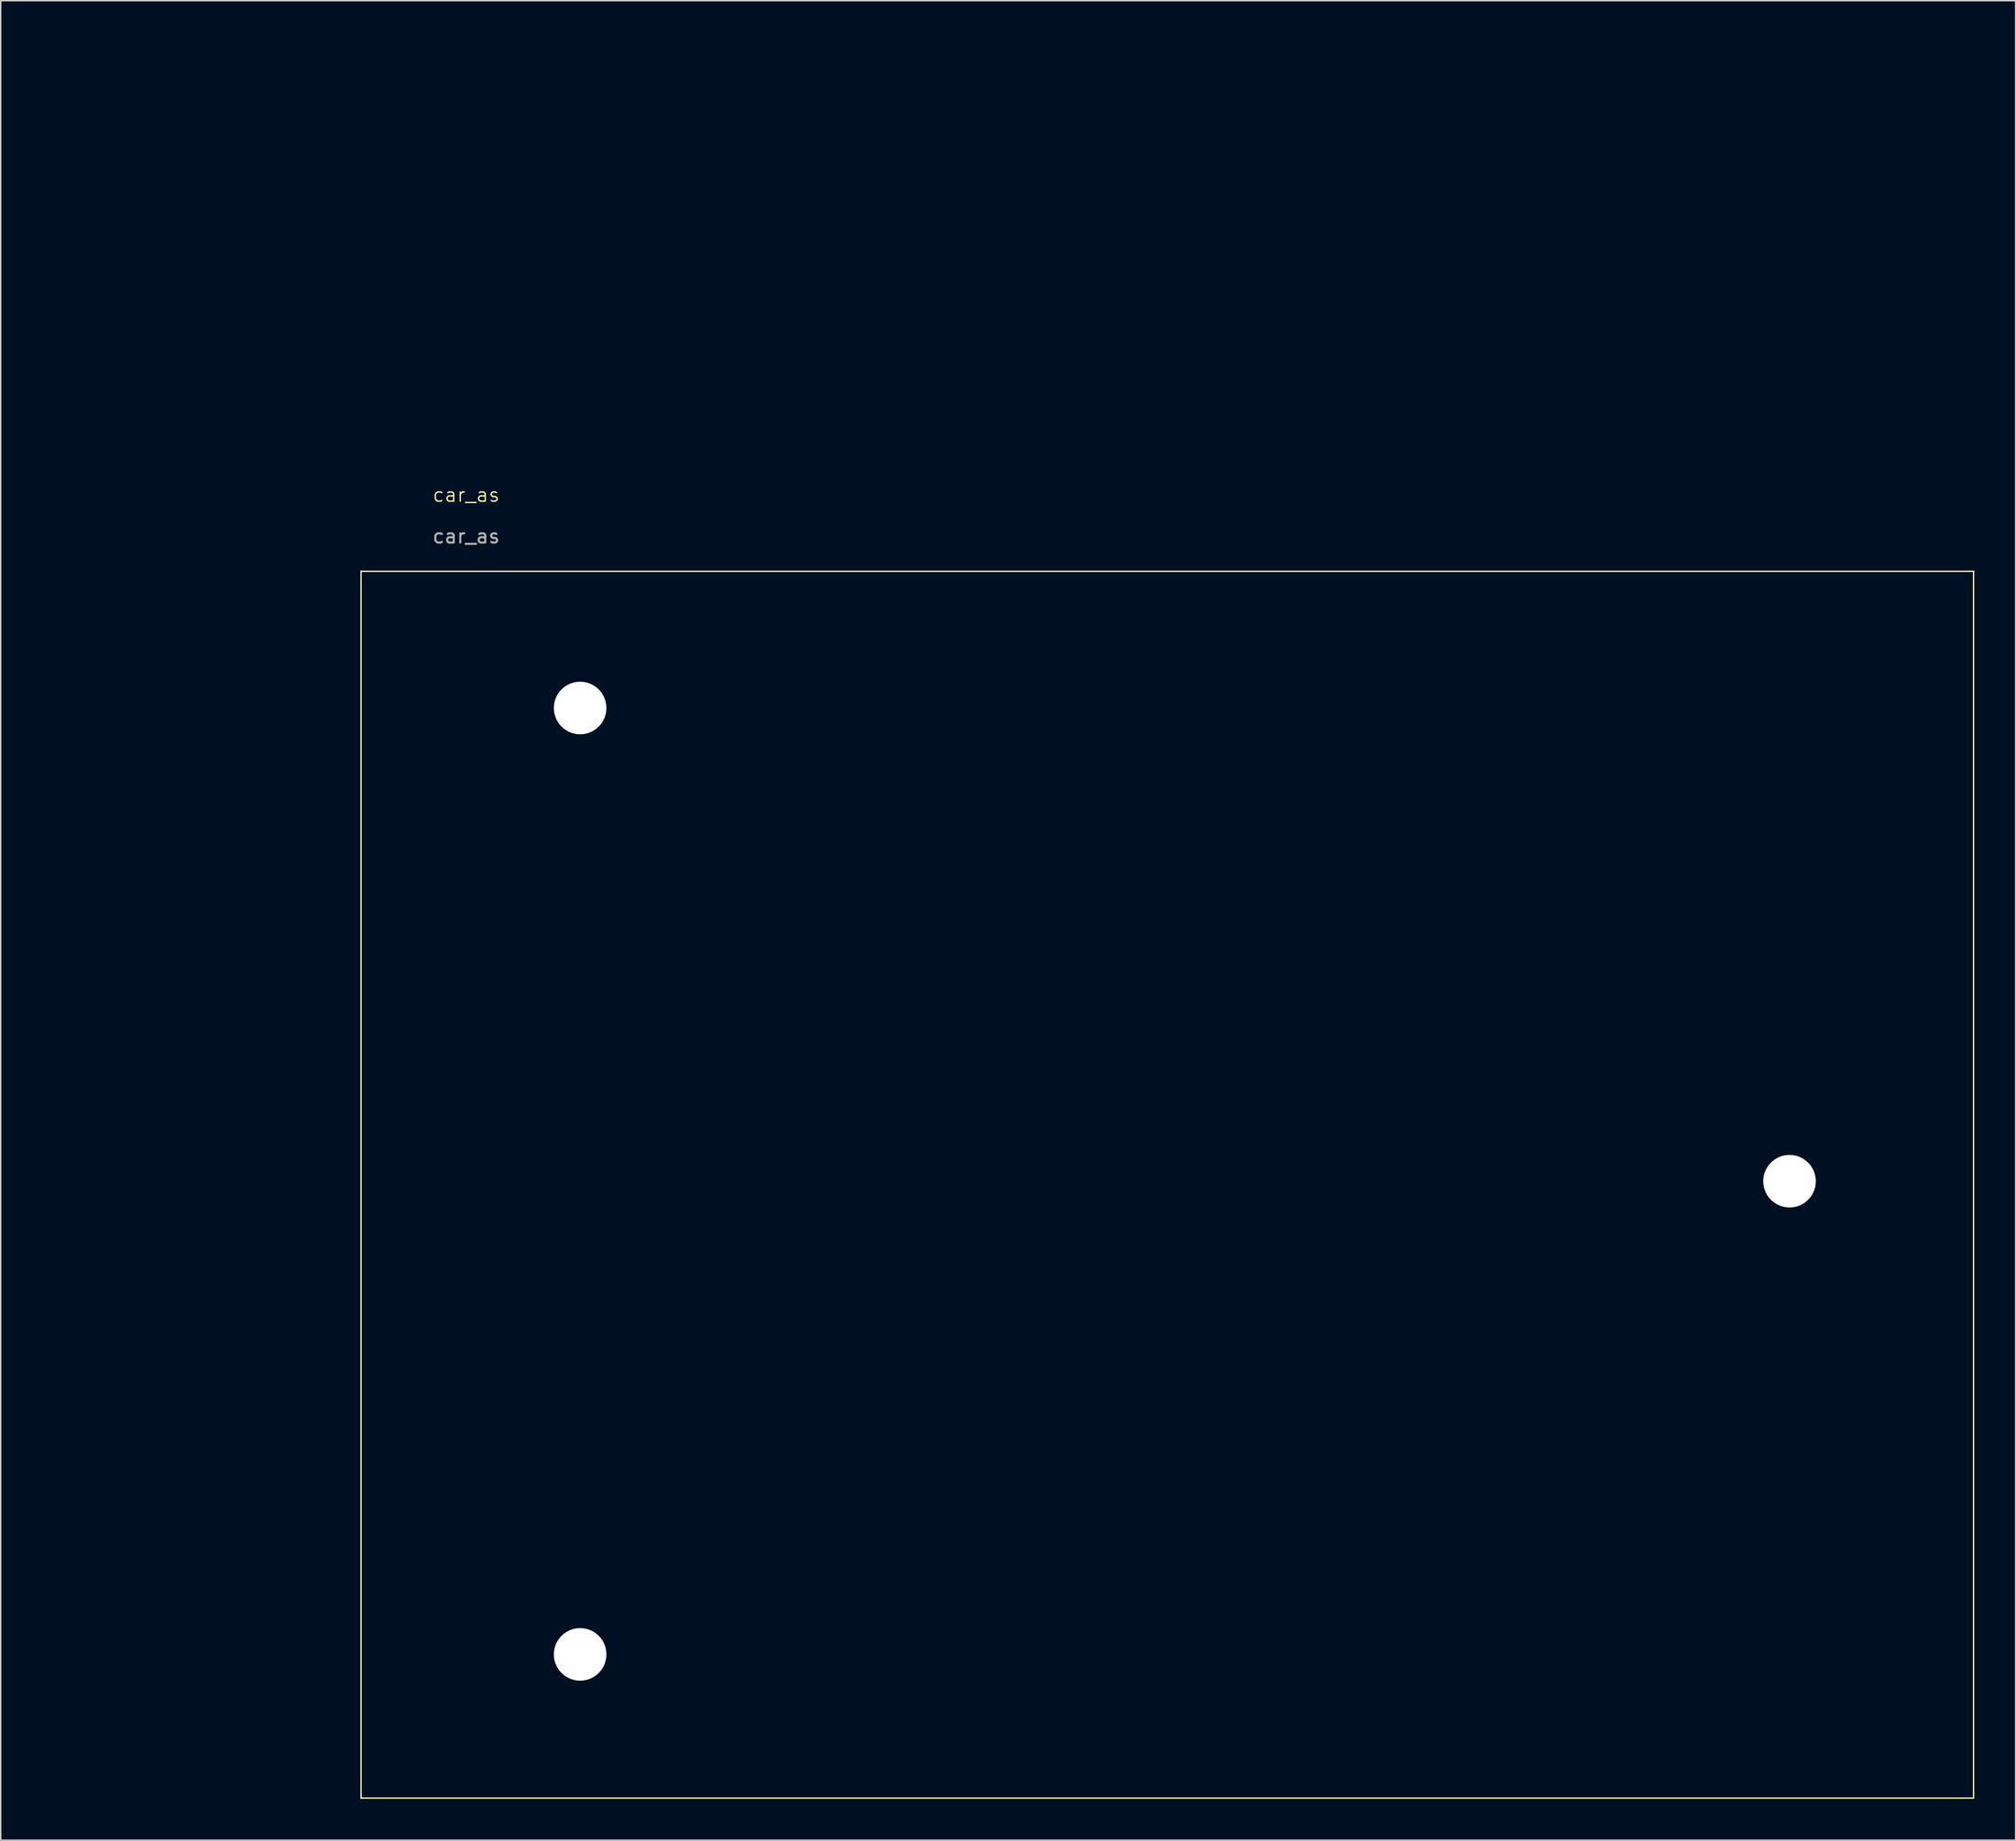
<source format=kicad_pcb>
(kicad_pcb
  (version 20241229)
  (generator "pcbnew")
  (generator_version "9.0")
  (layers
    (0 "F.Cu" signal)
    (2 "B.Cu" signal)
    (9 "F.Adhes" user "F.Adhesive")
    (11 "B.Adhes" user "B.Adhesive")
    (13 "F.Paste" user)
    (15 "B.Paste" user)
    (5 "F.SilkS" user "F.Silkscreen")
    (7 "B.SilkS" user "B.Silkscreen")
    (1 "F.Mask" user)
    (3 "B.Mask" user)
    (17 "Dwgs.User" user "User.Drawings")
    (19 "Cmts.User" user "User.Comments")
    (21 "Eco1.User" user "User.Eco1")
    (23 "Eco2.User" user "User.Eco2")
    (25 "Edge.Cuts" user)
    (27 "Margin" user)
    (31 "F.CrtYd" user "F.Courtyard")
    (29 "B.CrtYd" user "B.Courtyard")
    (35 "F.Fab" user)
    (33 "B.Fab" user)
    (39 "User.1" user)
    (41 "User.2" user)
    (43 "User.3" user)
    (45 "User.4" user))
  (footprint "car_as"
    (layer "F.Cu")
    (at 0.25 0.25)
    (property "Reference" "car_as" (at 30.48 32.56 0) (unlocked yes) (layer "F.SilkS") (effects (font (size 1 1) (thickness 0.1))))
    (fp_line (start 22.86 38.1) (end 139.7 38.1) (stroke (width 0.1) (type default)) (layer "F.SilkS"))
    (fp_line (start 22.86 127) (end 22.86 38.1) (stroke (width 0.1) (type default)) (layer "F.SilkS"))
    (fp_line (start 139.7 38.1) (end 139.7 127) (stroke (width 0.1) (type default)) (layer "F.SilkS"))
    (fp_line (start 139.7 127) (end 22.86 127) (stroke (width 0.1) (type default)) (layer "F.SilkS"))
    (fp_text user "${REFERENCE}" (at 30.48 35.56 0) (unlocked yes) (layer "F.Fab") (effects (font (size 1 1) (thickness 0.15))))
    (pad "" np_thru_hole circle (at 38.735 48.006) (size 3.81 3.81) (drill 3.81) (layers "*.Cu" "*.Mask"))
    (pad "" np_thru_hole circle (at 38.735 116.586) (size 3.81 3.81) (drill 3.81) (layers "*.Cu" "*.Mask"))
    (pad "" np_thru_hole circle (at 126.365 82.296) (size 3.81 3.81) (drill 3.81) (layers "*.Cu" "*.Mask")))
  (gr_rect
    (start -3 -3)
    (end 143 130.3)
    (stroke (width 0.1) (type default))
    (fill no)
    (layer "Edge.Cuts")))
</source>
